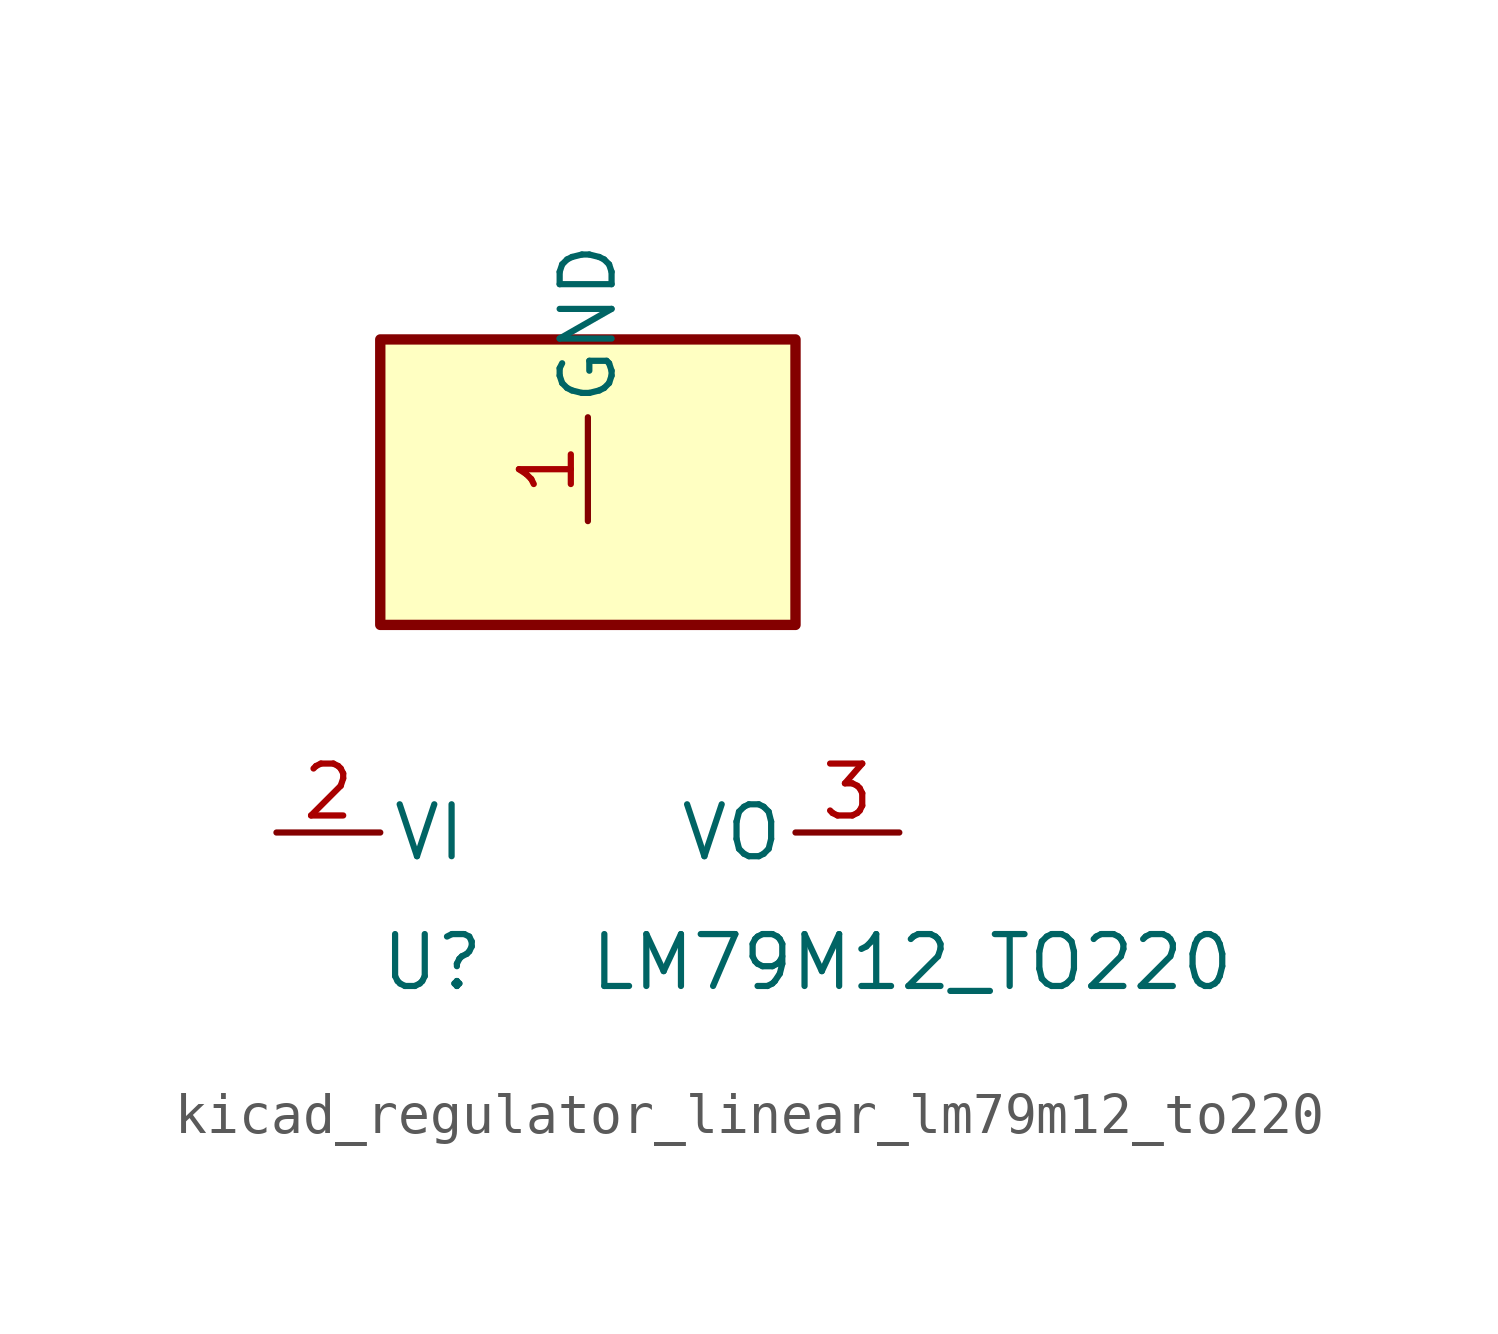
<source format=kicad_sym>
(kicad_symbol_lib
  (version 20220914)
  (generator kicad_symbol_editor)
  (symbol "kicad_regulator_linear_lm79m12_to220"
    (pin_names
      (offset 0.254))
    (property "Reference" "U"
      (at -3.81 -3.175 0)
      (effects (font (size 1.27 1.27))))
    (property "Value" "LM79M12_TO220"
      (at 0 -3.175 0)
      (effects (font (size 1.27 1.27)) (justify left)))
    (symbol "kicad_regulator_linear_lm79m12_to220_0_1"
      (rectangle (start 5.08 12.065) (end -5.08 5.08) (stroke (width 0.254) (type default)) (fill (type background))))
    (symbol "kicad_regulator_linear_lm79m12_to220_1_1"
      (pin power_in line (at 0 7.62 90) (length 2.54) (name "GND" (effects (font (size 1.27 1.27)))) (number "1" (effects (font (size 1.27 1.27)))))
      (pin power_in line (at -7.62 0 0) (length 2.54) (name "VI" (effects (font (size 1.27 1.27)))) (number "2" (effects (font (size 1.27 1.27)))))
      (pin power_out line (at 7.62 0 180) (length 2.54) (name "VO" (effects (font (size 1.27 1.27)))) (number "3" (effects (font (size 1.27 1.27))))))))
</source>
